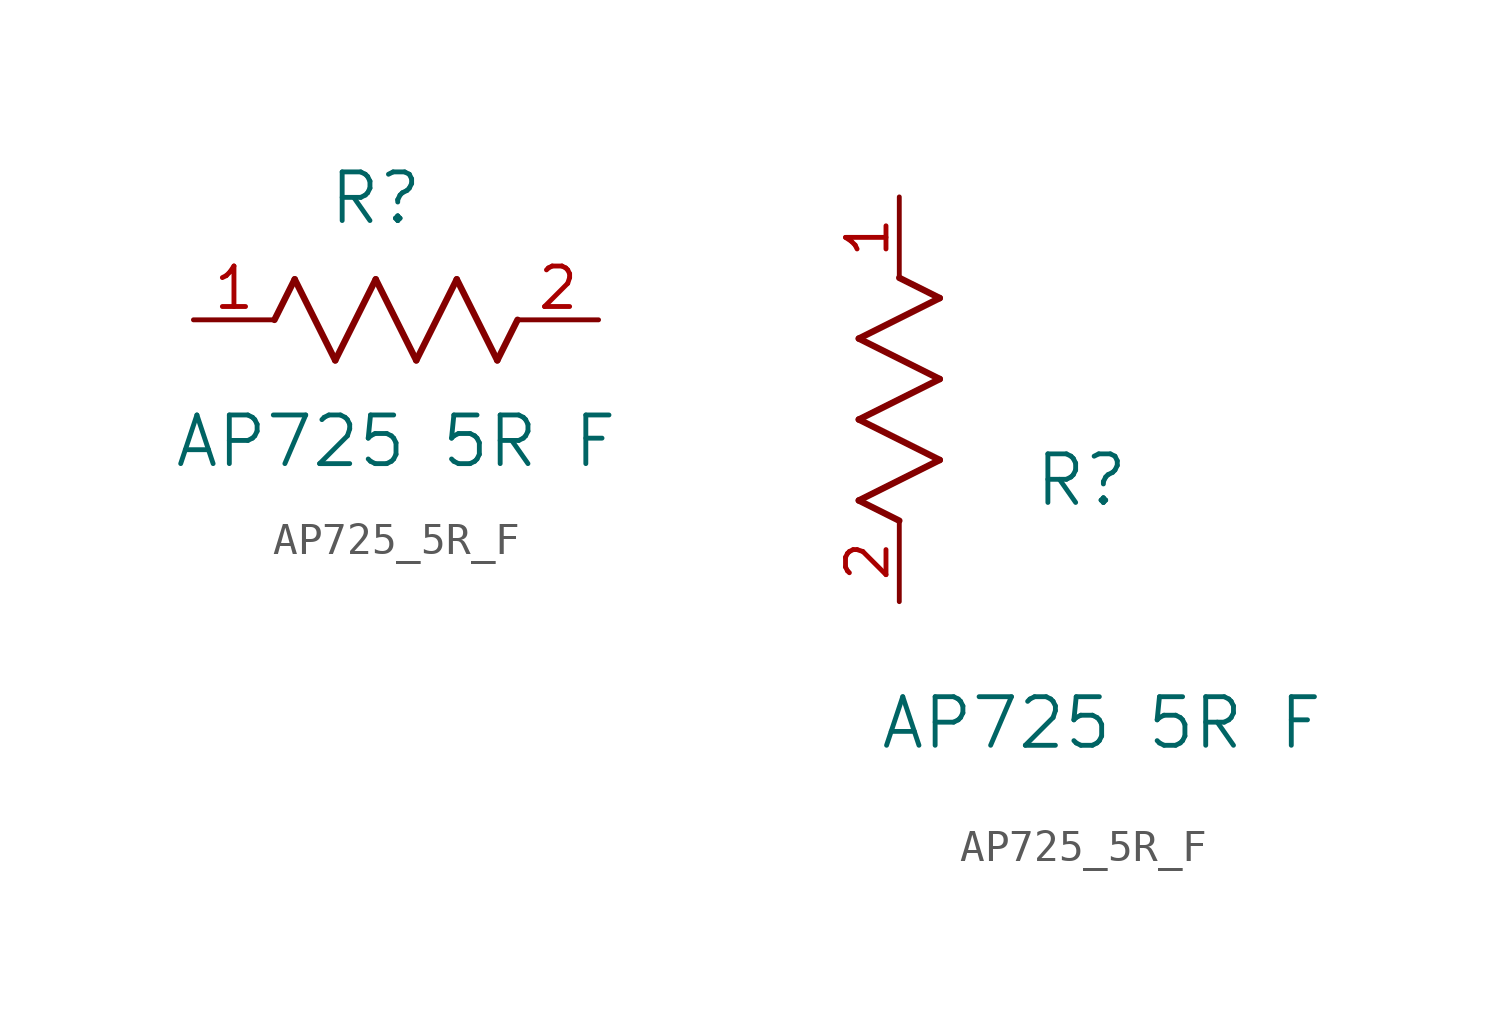
<source format=kicad_sym>
(kicad_symbol_lib
  (version 20211014)
  (generator kicad_symbol_editor)
  (symbol "AP725_5R_F"
    (pin_names
      (offset 0.254))
    (property "Reference" "R"
      (at 5.715 3.81 0)
      (effects (font (size 1.524 1.524))))
    (property "Value" "AP725 5R F"
      (at 6.35 -3.81 0)
      (effects (font (size 1.524 1.524))))
    (symbol "AP725_5R_F_1_1"
      (polyline (pts (xy 3.175 1.27) (xy 4.445 -1.27)) (stroke (width 0.203) (type default) (color 0 0 0 0)) (fill (type none)))
      (polyline (pts (xy 4.445 -1.27) (xy 5.715 1.27)) (stroke (width 0.203) (type default) (color 0 0 0 0)) (fill (type none)))
      (polyline (pts (xy 5.715 1.27) (xy 6.985 -1.27)) (stroke (width 0.203) (type default) (color 0 0 0 0)) (fill (type none)))
      (polyline (pts (xy 6.985 -1.27) (xy 8.255 1.27)) (stroke (width 0.203) (type default) (color 0 0 0 0)) (fill (type none)))
      (polyline (pts (xy 8.255 1.27) (xy 9.525 -1.27)) (stroke (width 0.203) (type default) (color 0 0 0 0)) (fill (type none)))
      (polyline (pts (xy 2.54 0) (xy 3.175 1.27)) (stroke (width 0.203) (type default) (color 0 0 0 0)) (fill (type none)))
      (polyline (pts (xy 9.525 -1.27) (xy 10.16 0)) (stroke (width 0.203) (type default) (color 0 0 0 0)) (fill (type none)))
      (pin unspecified line (at 0 0 0) (length 2.54) (name "" (effects (font (size 1.27 1.27)))) (number "1" (effects (font (size 1.27 1.27)))))
      (pin unspecified line (at 12.7 0 180) (length 2.54) (name "" (effects (font (size 1.27 1.27)))) (number "2" (effects (font (size 1.27 1.27))))))
    (symbol "AP725_5R_F_1_2"
      (polyline (pts (xy 0 2.54) (xy -1.27 3.175)) (stroke (width 0.203) (type default) (color 0 0 0 0)) (fill (type none)))
      (polyline (pts (xy -1.27 3.175) (xy 1.27 4.445)) (stroke (width 0.203) (type default) (color 0 0 0 0)) (fill (type none)))
      (polyline (pts (xy 1.27 4.445) (xy -1.27 5.715)) (stroke (width 0.203) (type default) (color 0 0 0 0)) (fill (type none)))
      (polyline (pts (xy -1.27 5.715) (xy 1.27 6.985)) (stroke (width 0.203) (type default) (color 0 0 0 0)) (fill (type none)))
      (polyline (pts (xy -1.27 8.255) (xy 1.27 9.525)) (stroke (width 0.203) (type default) (color 0 0 0 0)) (fill (type none)))
      (polyline (pts (xy 1.27 9.525) (xy 0 10.16)) (stroke (width 0.203) (type default) (color 0 0 0 0)) (fill (type none)))
      (polyline (pts (xy 1.27 6.985) (xy -1.27 8.255)) (stroke (width 0.203) (type default) (color 0 0 0 0)) (fill (type none)))
      (pin unspecified line (at 0 12.7 270) (length 2.54) (name "" (effects (font (size 1.27 1.27)))) (number "1" (effects (font (size 1.27 1.27)))))
      (pin unspecified line (at 0 0 90) (length 2.54) (name "" (effects (font (size 1.27 1.27)))) (number "2" (effects (font (size 1.27 1.27))))))))
</source>
